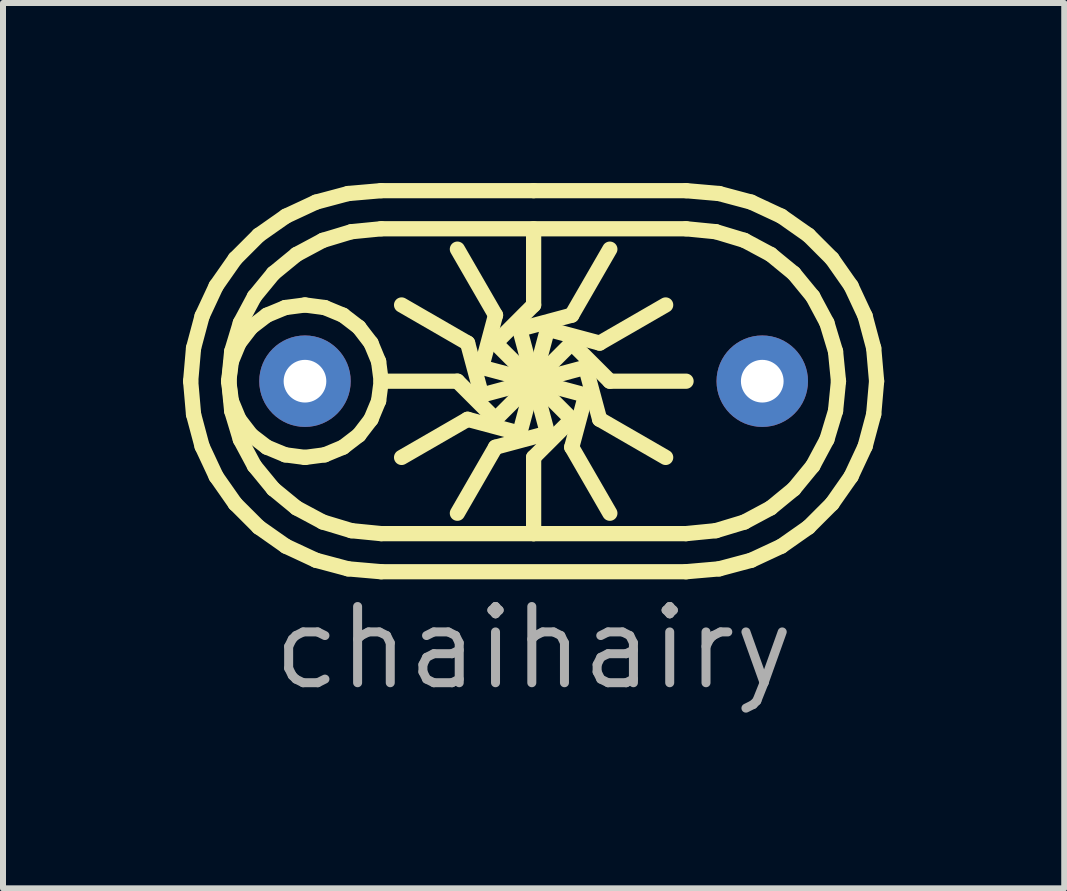
<source format=kicad_pcb>
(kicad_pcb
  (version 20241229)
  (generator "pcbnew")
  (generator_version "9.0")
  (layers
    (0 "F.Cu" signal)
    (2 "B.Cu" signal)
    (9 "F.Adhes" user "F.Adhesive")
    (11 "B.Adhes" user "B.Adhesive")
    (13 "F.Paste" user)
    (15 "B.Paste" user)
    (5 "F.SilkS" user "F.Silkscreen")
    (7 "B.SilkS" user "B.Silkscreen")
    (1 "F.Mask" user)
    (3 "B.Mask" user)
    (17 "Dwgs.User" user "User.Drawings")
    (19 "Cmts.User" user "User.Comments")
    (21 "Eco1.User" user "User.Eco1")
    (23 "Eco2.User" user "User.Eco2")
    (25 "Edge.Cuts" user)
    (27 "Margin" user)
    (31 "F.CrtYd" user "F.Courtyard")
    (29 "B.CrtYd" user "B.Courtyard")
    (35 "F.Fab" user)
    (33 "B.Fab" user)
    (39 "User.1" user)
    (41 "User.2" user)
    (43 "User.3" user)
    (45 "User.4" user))
  (footprint "chaihairy"
    (layer "F.Cu")
    (at 2.032 3.302)
    (property "Reference" "chaihairy" (at 3.81 4.445 0) (layer "F.Fab") (effects (font (size 1.27 1.27) (thickness 0.15))))
    (attr through_hole)
    (fp_line (start -1.905 0) (end -1.857 -0.551) (stroke (width 0.254) (type default)) (layer "F.SilkS"))
    (fp_line (start -1.857 -0.551) (end -1.714 -1.086) (stroke (width 0.254) (type default)) (layer "F.SilkS"))
    (fp_line (start -1.857 0.551) (end -1.905 0) (stroke (width 0.254) (type default)) (layer "F.SilkS"))
    (fp_line (start -1.714 -1.086) (end -1.48 -1.587) (stroke (width 0.254) (type default)) (layer "F.SilkS"))
    (fp_line (start -1.714 1.086) (end -1.857 0.551) (stroke (width 0.254) (type default)) (layer "F.SilkS"))
    (fp_line (start -1.48 -1.587) (end -1.162 -2.041) (stroke (width 0.254) (type default)) (layer "F.SilkS"))
    (fp_line (start -1.48 1.587) (end -1.714 1.086) (stroke (width 0.254) (type default)) (layer "F.SilkS"))
    (fp_line (start -1.27 0) (end -1.227 -0.329) (stroke (width 0.254) (type default)) (layer "F.SilkS"))
    (fp_line (start -1.27 0) (end -1.221 -0.496) (stroke (width 0.254) (type default)) (layer "F.SilkS"))
    (fp_line (start -1.227 -0.329) (end -1.1 -0.635) (stroke (width 0.254) (type default)) (layer "F.SilkS"))
    (fp_line (start -1.227 0.329) (end -1.27 0) (stroke (width 0.254) (type default)) (layer "F.SilkS"))
    (fp_line (start -1.221 -0.496) (end -1.077 -0.972) (stroke (width 0.254) (type default)) (layer "F.SilkS"))
    (fp_line (start -1.221 0.496) (end -1.27 0) (stroke (width 0.254) (type default)) (layer "F.SilkS"))
    (fp_line (start -1.162 -2.041) (end -0.771 -2.432) (stroke (width 0.254) (type default)) (layer "F.SilkS"))
    (fp_line (start -1.162 2.041) (end -1.48 1.587) (stroke (width 0.254) (type default)) (layer "F.SilkS"))
    (fp_line (start -1.1 -0.635) (end -0.898 -0.898) (stroke (width 0.254) (type default)) (layer "F.SilkS"))
    (fp_line (start -1.1 0.635) (end -1.227 0.329) (stroke (width 0.254) (type default)) (layer "F.SilkS"))
    (fp_line (start -1.077 -0.972) (end -0.842 -1.411) (stroke (width 0.254) (type default)) (layer "F.SilkS"))
    (fp_line (start -1.077 0.972) (end -1.221 0.496) (stroke (width 0.254) (type default)) (layer "F.SilkS"))
    (fp_line (start -0.898 -0.898) (end -0.635 -1.1) (stroke (width 0.254) (type default)) (layer "F.SilkS"))
    (fp_line (start -0.898 0.898) (end -1.1 0.635) (stroke (width 0.254) (type default)) (layer "F.SilkS"))
    (fp_line (start -0.842 -1.411) (end -0.526 -1.796) (stroke (width 0.254) (type default)) (layer "F.SilkS"))
    (fp_line (start -0.842 1.411) (end -1.077 0.972) (stroke (width 0.254) (type default)) (layer "F.SilkS"))
    (fp_line (start -0.771 -2.432) (end -0.318 -2.75) (stroke (width 0.254) (type default)) (layer "F.SilkS"))
    (fp_line (start -0.771 2.432) (end -1.162 2.041) (stroke (width 0.254) (type default)) (layer "F.SilkS"))
    (fp_line (start -0.635 -1.1) (end -0.329 -1.227) (stroke (width 0.254) (type default)) (layer "F.SilkS"))
    (fp_line (start -0.635 1.1) (end -0.898 0.898) (stroke (width 0.254) (type default)) (layer "F.SilkS"))
    (fp_line (start -0.526 -1.796) (end -0.141 -2.112) (stroke (width 0.254) (type default)) (layer "F.SilkS"))
    (fp_line (start -0.526 1.796) (end -0.842 1.411) (stroke (width 0.254) (type default)) (layer "F.SilkS"))
    (fp_line (start -0.329 -1.227) (end 0 -1.27) (stroke (width 0.254) (type default)) (layer "F.SilkS"))
    (fp_line (start -0.329 1.227) (end -0.635 1.1) (stroke (width 0.254) (type default)) (layer "F.SilkS"))
    (fp_line (start -0.318 -2.75) (end 0.184 -2.984) (stroke (width 0.254) (type default)) (layer "F.SilkS"))
    (fp_line (start -0.318 2.75) (end -0.771 2.432) (stroke (width 0.254) (type default)) (layer "F.SilkS"))
    (fp_line (start -0.141 -2.112) (end 0.298 -2.347) (stroke (width 0.254) (type default)) (layer "F.SilkS"))
    (fp_line (start -0.141 2.112) (end -0.526 1.796) (stroke (width 0.254) (type default)) (layer "F.SilkS"))
    (fp_line (start 0 -1.27) (end 0.329 -1.227) (stroke (width 0.254) (type default)) (layer "F.SilkS"))
    (fp_line (start 0 1.27) (end -0.329 1.227) (stroke (width 0.254) (type default)) (layer "F.SilkS"))
    (fp_line (start 0.184 -2.984) (end 0.719 -3.127) (stroke (width 0.254) (type default)) (layer "F.SilkS"))
    (fp_line (start 0.184 2.984) (end -0.318 2.75) (stroke (width 0.254) (type default)) (layer "F.SilkS"))
    (fp_line (start 0.298 -2.347) (end 0.774 -2.491) (stroke (width 0.254) (type default)) (layer "F.SilkS"))
    (fp_line (start 0.298 2.347) (end -0.141 2.112) (stroke (width 0.254) (type default)) (layer "F.SilkS"))
    (fp_line (start 0.329 -1.227) (end 0.635 -1.1) (stroke (width 0.254) (type default)) (layer "F.SilkS"))
    (fp_line (start 0.329 1.227) (end 0 1.27) (stroke (width 0.254) (type default)) (layer "F.SilkS"))
    (fp_line (start 0.635 -1.1) (end 0.898 -0.898) (stroke (width 0.254) (type default)) (layer "F.SilkS"))
    (fp_line (start 0.635 1.1) (end 0.329 1.227) (stroke (width 0.254) (type default)) (layer "F.SilkS"))
    (fp_line (start 0.719 -3.127) (end 1.27 -3.175) (stroke (width 0.254) (type default)) (layer "F.SilkS"))
    (fp_line (start 0.719 3.127) (end 0.184 2.984) (stroke (width 0.254) (type default)) (layer "F.SilkS"))
    (fp_line (start 0.774 -2.491) (end 1.27 -2.54) (stroke (width 0.254) (type default)) (layer "F.SilkS"))
    (fp_line (start 0.774 2.491) (end 0.298 2.347) (stroke (width 0.254) (type default)) (layer "F.SilkS"))
    (fp_line (start 0.898 -0.898) (end 1.1 -0.635) (stroke (width 0.254) (type default)) (layer "F.SilkS"))
    (fp_line (start 0.898 0.898) (end 0.635 1.1) (stroke (width 0.254) (type default)) (layer "F.SilkS"))
    (fp_line (start 1.1 -0.635) (end 1.227 -0.329) (stroke (width 0.254) (type default)) (layer "F.SilkS"))
    (fp_line (start 1.1 0.635) (end 0.898 0.898) (stroke (width 0.254) (type default)) (layer "F.SilkS"))
    (fp_line (start 1.227 -0.329) (end 1.27 0) (stroke (width 0.254) (type default)) (layer "F.SilkS"))
    (fp_line (start 1.227 0.329) (end 1.1 0.635) (stroke (width 0.254) (type default)) (layer "F.SilkS"))
    (fp_line (start 1.27 -3.175) (end 3.81 -3.175) (stroke (width 0.254) (type default)) (layer "F.SilkS"))
    (fp_line (start 1.27 -2.54) (end 6.35 -2.54) (stroke (width 0.254) (type default)) (layer "F.SilkS"))
    (fp_line (start 1.27 0) (end 1.227 0.329) (stroke (width 0.254) (type default)) (layer "F.SilkS"))
    (fp_line (start 1.27 0) (end 2.54 0) (stroke (width 0.254) (type default)) (layer "F.SilkS"))
    (fp_line (start 1.27 2.54) (end 0.774 2.491) (stroke (width 0.254) (type default)) (layer "F.SilkS"))
    (fp_line (start 1.27 3.175) (end 0.719 3.127) (stroke (width 0.254) (type default)) (layer "F.SilkS"))
    (fp_line (start 1.61 -1.27) (end 2.71 -0.635) (stroke (width 0.254) (type default)) (layer "F.SilkS"))
    (fp_line (start 1.61 1.27) (end 2.71 0.635) (stroke (width 0.254) (type default)) (layer "F.SilkS"))
    (fp_line (start 2.54 -2.2) (end 3.175 -1.1) (stroke (width 0.254) (type default)) (layer "F.SilkS"))
    (fp_line (start 2.54 0) (end 3.175 0.635) (stroke (width 0.254) (type default)) (layer "F.SilkS"))
    (fp_line (start 2.54 2.2) (end 3.175 1.1) (stroke (width 0.254) (type default)) (layer "F.SilkS"))
    (fp_line (start 2.71 -0.635) (end 2.943 0.232) (stroke (width 0.254) (type default)) (layer "F.SilkS"))
    (fp_line (start 2.71 0.635) (end 3.578 0.867) (stroke (width 0.254) (type default)) (layer "F.SilkS"))
    (fp_line (start 2.943 -0.232) (end 3.81 0) (stroke (width 0.254) (type default)) (layer "F.SilkS"))
    (fp_line (start 2.943 0.232) (end 3.81 0) (stroke (width 0.254) (type default)) (layer "F.SilkS"))
    (fp_line (start 3.175 -1.1) (end 2.943 -0.232) (stroke (width 0.254) (type default)) (layer "F.SilkS"))
    (fp_line (start 3.175 -0.635) (end 3.81 0) (stroke (width 0.254) (type default)) (layer "F.SilkS"))
    (fp_line (start 3.175 0.635) (end 3.81 0) (stroke (width 0.254) (type default)) (layer "F.SilkS"))
    (fp_line (start 3.175 1.1) (end 4.042 0.867) (stroke (width 0.254) (type default)) (layer "F.SilkS"))
    (fp_line (start 3.578 -0.867) (end 3.81 0) (stroke (width 0.254) (type default)) (layer "F.SilkS"))
    (fp_line (start 3.578 0.867) (end 3.81 0) (stroke (width 0.254) (type default)) (layer "F.SilkS"))
    (fp_line (start 3.81 -3.175) (end 6.35 -3.175) (stroke (width 0.254) (type default)) (layer "F.SilkS"))
    (fp_line (start 3.81 -2.54) (end 3.81 -1.27) (stroke (width 0.254) (type default)) (layer "F.SilkS"))
    (fp_line (start 3.81 -1.27) (end 3.175 -0.635) (stroke (width 0.254) (type default)) (layer "F.SilkS"))
    (fp_line (start 3.81 1.27) (end 4.445 0.635) (stroke (width 0.254) (type default)) (layer "F.SilkS"))
    (fp_line (start 3.81 2.54) (end 1.27 2.54) (stroke (width 0.254) (type default)) (layer "F.SilkS"))
    (fp_line (start 3.81 2.54) (end 3.81 1.27) (stroke (width 0.254) (type default)) (layer "F.SilkS"))
    (fp_line (start 4.042 -0.867) (end 3.81 0) (stroke (width 0.254) (type default)) (layer "F.SilkS"))
    (fp_line (start 4.042 0.867) (end 3.81 0) (stroke (width 0.254) (type default)) (layer "F.SilkS"))
    (fp_line (start 4.445 -1.1) (end 3.578 -0.867) (stroke (width 0.254) (type default)) (layer "F.SilkS"))
    (fp_line (start 4.445 -0.635) (end 3.81 0) (stroke (width 0.254) (type default)) (layer "F.SilkS"))
    (fp_line (start 4.445 0.635) (end 3.81 0) (stroke (width 0.254) (type default)) (layer "F.SilkS"))
    (fp_line (start 4.445 1.1) (end 4.677 0.232) (stroke (width 0.254) (type default)) (layer "F.SilkS"))
    (fp_line (start 4.677 -0.232) (end 3.81 0) (stroke (width 0.254) (type default)) (layer "F.SilkS"))
    (fp_line (start 4.677 0.232) (end 3.81 0) (stroke (width 0.254) (type default)) (layer "F.SilkS"))
    (fp_line (start 4.91 -0.635) (end 4.042 -0.867) (stroke (width 0.254) (type default)) (layer "F.SilkS"))
    (fp_line (start 4.91 0.635) (end 4.677 -0.232) (stroke (width 0.254) (type default)) (layer "F.SilkS"))
    (fp_line (start 5.08 -2.2) (end 4.445 -1.1) (stroke (width 0.254) (type default)) (layer "F.SilkS"))
    (fp_line (start 5.08 0) (end 4.445 -0.635) (stroke (width 0.254) (type default)) (layer "F.SilkS"))
    (fp_line (start 5.08 2.2) (end 4.445 1.1) (stroke (width 0.254) (type default)) (layer "F.SilkS"))
    (fp_line (start 6.01 -1.27) (end 4.91 -0.635) (stroke (width 0.254) (type default)) (layer "F.SilkS"))
    (fp_line (start 6.01 1.27) (end 4.91 0.635) (stroke (width 0.254) (type default)) (layer "F.SilkS"))
    (fp_line (start 6.35 -3.175) (end 6.901 -3.127) (stroke (width 0.254) (type default)) (layer "F.SilkS"))
    (fp_line (start 6.35 -2.54) (end 6.846 -2.491) (stroke (width 0.254) (type default)) (layer "F.SilkS"))
    (fp_line (start 6.35 0) (end 5.08 0) (stroke (width 0.254) (type default)) (layer "F.SilkS"))
    (fp_line (start 6.35 2.54) (end 3.81 2.54) (stroke (width 0.254) (type default)) (layer "F.SilkS"))
    (fp_line (start 6.35 3.175) (end 1.27 3.175) (stroke (width 0.254) (type default)) (layer "F.SilkS"))
    (fp_line (start 6.846 -2.491) (end 7.322 -2.347) (stroke (width 0.254) (type default)) (layer "F.SilkS"))
    (fp_line (start 6.846 2.491) (end 6.35 2.54) (stroke (width 0.254) (type default)) (layer "F.SilkS"))
    (fp_line (start 6.901 -3.127) (end 7.436 -2.984) (stroke (width 0.254) (type default)) (layer "F.SilkS"))
    (fp_line (start 6.901 3.127) (end 6.35 3.175) (stroke (width 0.254) (type default)) (layer "F.SilkS"))
    (fp_line (start 7.322 -2.347) (end 7.761 -2.112) (stroke (width 0.254) (type default)) (layer "F.SilkS"))
    (fp_line (start 7.322 2.347) (end 6.846 2.491) (stroke (width 0.254) (type default)) (layer "F.SilkS"))
    (fp_line (start 7.436 -2.984) (end 7.938 -2.75) (stroke (width 0.254) (type default)) (layer "F.SilkS"))
    (fp_line (start 7.436 2.984) (end 6.901 3.127) (stroke (width 0.254) (type default)) (layer "F.SilkS"))
    (fp_line (start 7.761 -2.112) (end 8.146 -1.796) (stroke (width 0.254) (type default)) (layer "F.SilkS"))
    (fp_line (start 7.761 2.112) (end 7.322 2.347) (stroke (width 0.254) (type default)) (layer "F.SilkS"))
    (fp_line (start 7.938 -2.75) (end 8.391 -2.432) (stroke (width 0.254) (type default)) (layer "F.SilkS"))
    (fp_line (start 7.938 2.75) (end 7.436 2.984) (stroke (width 0.254) (type default)) (layer "F.SilkS"))
    (fp_line (start 8.146 -1.796) (end 8.462 -1.411) (stroke (width 0.254) (type default)) (layer "F.SilkS"))
    (fp_line (start 8.146 1.796) (end 7.761 2.112) (stroke (width 0.254) (type default)) (layer "F.SilkS"))
    (fp_line (start 8.391 -2.432) (end 8.782 -2.041) (stroke (width 0.254) (type default)) (layer "F.SilkS"))
    (fp_line (start 8.391 2.432) (end 7.938 2.75) (stroke (width 0.254) (type default)) (layer "F.SilkS"))
    (fp_line (start 8.462 -1.411) (end 8.697 -0.972) (stroke (width 0.254) (type default)) (layer "F.SilkS"))
    (fp_line (start 8.462 1.411) (end 8.146 1.796) (stroke (width 0.254) (type default)) (layer "F.SilkS"))
    (fp_line (start 8.697 -0.972) (end 8.841 -0.496) (stroke (width 0.254) (type default)) (layer "F.SilkS"))
    (fp_line (start 8.697 0.972) (end 8.462 1.411) (stroke (width 0.254) (type default)) (layer "F.SilkS"))
    (fp_line (start 8.782 -2.041) (end 9.1 -1.587) (stroke (width 0.254) (type default)) (layer "F.SilkS"))
    (fp_line (start 8.782 2.041) (end 8.391 2.432) (stroke (width 0.254) (type default)) (layer "F.SilkS"))
    (fp_line (start 8.841 -0.496) (end 8.89 0) (stroke (width 0.254) (type default)) (layer "F.SilkS"))
    (fp_line (start 8.841 0.496) (end 8.697 0.972) (stroke (width 0.254) (type default)) (layer "F.SilkS"))
    (fp_line (start 8.89 0) (end 8.841 0.496) (stroke (width 0.254) (type default)) (layer "F.SilkS"))
    (fp_line (start 9.1 -1.587) (end 9.334 -1.086) (stroke (width 0.254) (type default)) (layer "F.SilkS"))
    (fp_line (start 9.1 1.587) (end 8.782 2.041) (stroke (width 0.254) (type default)) (layer "F.SilkS"))
    (fp_line (start 9.334 -1.086) (end 9.477 -0.551) (stroke (width 0.254) (type default)) (layer "F.SilkS"))
    (fp_line (start 9.334 1.086) (end 9.1 1.587) (stroke (width 0.254) (type default)) (layer "F.SilkS"))
    (fp_line (start 9.477 -0.551) (end 9.525 0) (stroke (width 0.254) (type default)) (layer "F.SilkS"))
    (fp_line (start 9.477 0.551) (end 9.334 1.086) (stroke (width 0.254) (type default)) (layer "F.SilkS"))
    (fp_line (start 9.525 0) (end 9.477 0.551) (stroke (width 0.254) (type default)) (layer "F.SilkS"))
    (pad "1" thru_hole circle (at 7.62 0) (size 1.524 1.524) (drill 0.711) (layers "*.Cu" "*.Mask"))
    (pad "2" thru_hole circle (at 0 0) (size 1.524 1.524) (drill 0.711) (layers "*.Cu" "*.Mask")))
  (gr_rect
    (start -3 -3)
    (end 14.684 11.753)
    (stroke (width 0.1) (type default))
    (fill no)
    (layer "Edge.Cuts")))
</source>
